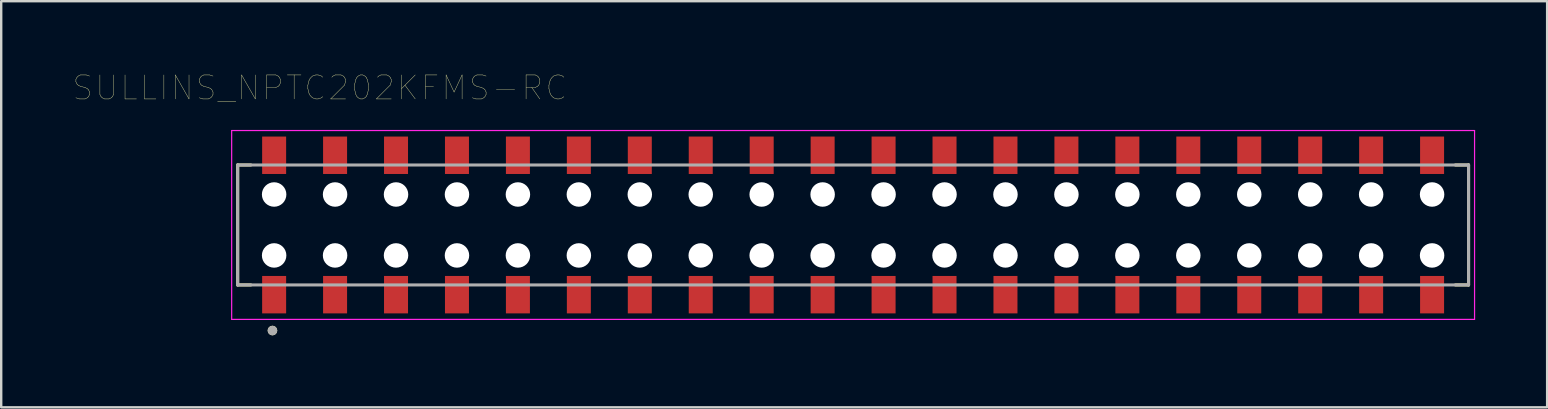
<source format=kicad_pcb>
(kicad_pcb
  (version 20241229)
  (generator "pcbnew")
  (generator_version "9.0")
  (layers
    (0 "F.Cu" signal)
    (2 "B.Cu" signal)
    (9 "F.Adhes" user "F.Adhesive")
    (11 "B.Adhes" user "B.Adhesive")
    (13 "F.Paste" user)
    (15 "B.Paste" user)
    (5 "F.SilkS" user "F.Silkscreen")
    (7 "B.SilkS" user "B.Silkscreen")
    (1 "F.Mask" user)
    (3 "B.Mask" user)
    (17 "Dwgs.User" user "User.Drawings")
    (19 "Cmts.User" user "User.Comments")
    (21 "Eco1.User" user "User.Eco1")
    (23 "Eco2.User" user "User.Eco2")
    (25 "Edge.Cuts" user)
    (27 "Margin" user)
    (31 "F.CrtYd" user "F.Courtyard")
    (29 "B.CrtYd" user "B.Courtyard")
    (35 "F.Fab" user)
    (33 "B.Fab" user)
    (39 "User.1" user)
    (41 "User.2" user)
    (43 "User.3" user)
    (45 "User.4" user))
  (footprint "SULLINS_NPTC202KFMS-RC"
    (layer "F.Cu")
    (at 32.505 6.326)
    (property "Reference" "SULLINS_NPTC202KFMS-RC" (at -22.225 -5.715 0) (layer "F.SilkS") (effects (font (size 1 1) (thickness 0.015))))
    (attr through_hole)
    (fp_line (start -25.65 -2.5) (end -25.65 2.5) (stroke (width 0.127) (type solid)) (layer "F.SilkS"))
    (fp_line (start -25.65 2.5) (end -25.1 2.5) (stroke (width 0.127) (type solid)) (layer "F.SilkS"))
    (fp_line (start -25.1 -2.5) (end -25.65 -2.5) (stroke (width 0.127) (type solid)) (layer "F.SilkS"))
    (fp_line (start 25.1 2.5) (end 25.65 2.5) (stroke (width 0.127) (type solid)) (layer "F.SilkS"))
    (fp_line (start 25.65 -2.5) (end 25.1 -2.5) (stroke (width 0.127) (type solid)) (layer "F.SilkS"))
    (fp_line (start 25.65 2.5) (end 25.65 -2.5) (stroke (width 0.127) (type solid)) (layer "F.SilkS"))
    (fp_circle (center -24.2 4.4) (end -24.1 4.4) (stroke (width 0.2) (type solid)) (fill no) (layer "F.SilkS"))
    (fp_line (start -25.9 -3.935) (end 25.9 -3.935) (stroke (width 0.05) (type solid)) (layer "F.CrtYd"))
    (fp_line (start -25.9 3.935) (end -25.9 -3.935) (stroke (width 0.05) (type solid)) (layer "F.CrtYd"))
    (fp_line (start 25.9 -3.935) (end 25.9 3.935) (stroke (width 0.05) (type solid)) (layer "F.CrtYd"))
    (fp_line (start 25.9 3.935) (end -25.9 3.935) (stroke (width 0.05) (type solid)) (layer "F.CrtYd"))
    (fp_line (start -25.65 -2.5) (end 25.65 -2.5) (stroke (width 0.127) (type solid)) (layer "F.Fab"))
    (fp_line (start -25.65 2.5) (end -25.65 -2.5) (stroke (width 0.127) (type solid)) (layer "F.Fab"))
    (fp_line (start 25.65 -2.5) (end 25.65 2.5) (stroke (width 0.127) (type solid)) (layer "F.Fab"))
    (fp_line (start 25.65 2.5) (end -25.65 2.5) (stroke (width 0.127) (type solid)) (layer "F.Fab"))
    (fp_circle (center -24.2 4.4) (end -24.1 4.4) (stroke (width 0.2) (type solid)) (fill no) (layer "F.Fab"))
    (pad "" np_thru_hole circle (at -24.13 -1.27) (size 1.02 1.02) (drill 1.02) (layers "*.Cu" "*.Mask"))
    (pad "" np_thru_hole circle (at -24.13 1.27) (size 1.02 1.02) (drill 1.02) (layers "*.Cu" "*.Mask"))
    (pad "" np_thru_hole circle (at -21.59 -1.27) (size 1.02 1.02) (drill 1.02) (layers "*.Cu" "*.Mask"))
    (pad "" np_thru_hole circle (at -21.59 1.27) (size 1.02 1.02) (drill 1.02) (layers "*.Cu" "*.Mask"))
    (pad "" np_thru_hole circle (at -19.05 -1.27) (size 1.02 1.02) (drill 1.02) (layers "*.Cu" "*.Mask"))
    (pad "" np_thru_hole circle (at -19.05 1.27) (size 1.02 1.02) (drill 1.02) (layers "*.Cu" "*.Mask"))
    (pad "" np_thru_hole circle (at -16.51 -1.27) (size 1.02 1.02) (drill 1.02) (layers "*.Cu" "*.Mask"))
    (pad "" np_thru_hole circle (at -16.51 1.27) (size 1.02 1.02) (drill 1.02) (layers "*.Cu" "*.Mask"))
    (pad "" np_thru_hole circle (at -13.97 -1.27) (size 1.02 1.02) (drill 1.02) (layers "*.Cu" "*.Mask"))
    (pad "" np_thru_hole circle (at -13.97 1.27) (size 1.02 1.02) (drill 1.02) (layers "*.Cu" "*.Mask"))
    (pad "" np_thru_hole circle (at -11.43 -1.27) (size 1.02 1.02) (drill 1.02) (layers "*.Cu" "*.Mask"))
    (pad "" np_thru_hole circle (at -11.43 1.27) (size 1.02 1.02) (drill 1.02) (layers "*.Cu" "*.Mask"))
    (pad "" np_thru_hole circle (at -8.89 -1.27) (size 1.02 1.02) (drill 1.02) (layers "*.Cu" "*.Mask"))
    (pad "" np_thru_hole circle (at -8.89 1.27) (size 1.02 1.02) (drill 1.02) (layers "*.Cu" "*.Mask"))
    (pad "" np_thru_hole circle (at -6.35 -1.27) (size 1.02 1.02) (drill 1.02) (layers "*.Cu" "*.Mask"))
    (pad "" np_thru_hole circle (at -6.35 1.27) (size 1.02 1.02) (drill 1.02) (layers "*.Cu" "*.Mask"))
    (pad "" np_thru_hole circle (at -3.81 -1.27) (size 1.02 1.02) (drill 1.02) (layers "*.Cu" "*.Mask"))
    (pad "" np_thru_hole circle (at -3.81 1.27) (size 1.02 1.02) (drill 1.02) (layers "*.Cu" "*.Mask"))
    (pad "" np_thru_hole circle (at -1.27 -1.27) (size 1.02 1.02) (drill 1.02) (layers "*.Cu" "*.Mask"))
    (pad "" np_thru_hole circle (at -1.27 1.27) (size 1.02 1.02) (drill 1.02) (layers "*.Cu" "*.Mask"))
    (pad "" np_thru_hole circle (at 1.27 -1.27) (size 1.02 1.02) (drill 1.02) (layers "*.Cu" "*.Mask"))
    (pad "" np_thru_hole circle (at 1.27 1.27) (size 1.02 1.02) (drill 1.02) (layers "*.Cu" "*.Mask"))
    (pad "" np_thru_hole circle (at 3.81 -1.27) (size 1.02 1.02) (drill 1.02) (layers "*.Cu" "*.Mask"))
    (pad "" np_thru_hole circle (at 3.81 1.27) (size 1.02 1.02) (drill 1.02) (layers "*.Cu" "*.Mask"))
    (pad "" np_thru_hole circle (at 6.35 -1.27) (size 1.02 1.02) (drill 1.02) (layers "*.Cu" "*.Mask"))
    (pad "" np_thru_hole circle (at 6.35 1.27) (size 1.02 1.02) (drill 1.02) (layers "*.Cu" "*.Mask"))
    (pad "" np_thru_hole circle (at 8.89 -1.27) (size 1.02 1.02) (drill 1.02) (layers "*.Cu" "*.Mask"))
    (pad "" np_thru_hole circle (at 8.89 1.27) (size 1.02 1.02) (drill 1.02) (layers "*.Cu" "*.Mask"))
    (pad "" np_thru_hole circle (at 11.43 -1.27) (size 1.02 1.02) (drill 1.02) (layers "*.Cu" "*.Mask"))
    (pad "" np_thru_hole circle (at 11.43 1.27) (size 1.02 1.02) (drill 1.02) (layers "*.Cu" "*.Mask"))
    (pad "" np_thru_hole circle (at 13.97 -1.27) (size 1.02 1.02) (drill 1.02) (layers "*.Cu" "*.Mask"))
    (pad "" np_thru_hole circle (at 13.97 1.27) (size 1.02 1.02) (drill 1.02) (layers "*.Cu" "*.Mask"))
    (pad "" np_thru_hole circle (at 16.51 -1.27) (size 1.02 1.02) (drill 1.02) (layers "*.Cu" "*.Mask"))
    (pad "" np_thru_hole circle (at 16.51 1.27) (size 1.02 1.02) (drill 1.02) (layers "*.Cu" "*.Mask"))
    (pad "" np_thru_hole circle (at 19.05 -1.27) (size 1.02 1.02) (drill 1.02) (layers "*.Cu" "*.Mask"))
    (pad "" np_thru_hole circle (at 19.05 1.27) (size 1.02 1.02) (drill 1.02) (layers "*.Cu" "*.Mask"))
    (pad "" np_thru_hole circle (at 21.59 -1.27) (size 1.02 1.02) (drill 1.02) (layers "*.Cu" "*.Mask"))
    (pad "" np_thru_hole circle (at 21.59 1.27) (size 1.02 1.02) (drill 1.02) (layers "*.Cu" "*.Mask"))
    (pad "" np_thru_hole circle (at 24.13 -1.27) (size 1.02 1.02) (drill 1.02) (layers "*.Cu" "*.Mask"))
    (pad "" np_thru_hole circle (at 24.13 1.27) (size 1.02 1.02) (drill 1.02) (layers "*.Cu" "*.Mask"))
    (pad "1" smd rect (at -24.13 2.905) (size 1 1.56) (layers "F.Cu" "F.Mask" "F.Paste"))
    (pad "2" smd rect (at -24.13 -2.905) (size 1 1.56) (layers "F.Cu" "F.Mask" "F.Paste"))
    (pad "3" smd rect (at -21.59 2.905) (size 1 1.56) (layers "F.Cu" "F.Mask" "F.Paste"))
    (pad "4" smd rect (at -21.59 -2.905) (size 1 1.56) (layers "F.Cu" "F.Mask" "F.Paste"))
    (pad "5" smd rect (at -19.05 2.905) (size 1 1.56) (layers "F.Cu" "F.Mask" "F.Paste"))
    (pad "6" smd rect (at -19.05 -2.905) (size 1 1.56) (layers "F.Cu" "F.Mask" "F.Paste"))
    (pad "7" smd rect (at -16.51 2.905) (size 1 1.56) (layers "F.Cu" "F.Mask" "F.Paste"))
    (pad "8" smd rect (at -16.51 -2.905) (size 1 1.56) (layers "F.Cu" "F.Mask" "F.Paste"))
    (pad "9" smd rect (at -13.97 2.905) (size 1 1.56) (layers "F.Cu" "F.Mask" "F.Paste"))
    (pad "10" smd rect (at -13.97 -2.905) (size 1 1.56) (layers "F.Cu" "F.Mask" "F.Paste"))
    (pad "11" smd rect (at -11.43 2.905) (size 1 1.56) (layers "F.Cu" "F.Mask" "F.Paste"))
    (pad "12" smd rect (at -11.43 -2.905) (size 1 1.56) (layers "F.Cu" "F.Mask" "F.Paste"))
    (pad "13" smd rect (at -8.89 2.905) (size 1 1.56) (layers "F.Cu" "F.Mask" "F.Paste"))
    (pad "14" smd rect (at -8.89 -2.905) (size 1 1.56) (layers "F.Cu" "F.Mask" "F.Paste"))
    (pad "15" smd rect (at -6.35 2.905) (size 1 1.56) (layers "F.Cu" "F.Mask" "F.Paste"))
    (pad "16" smd rect (at -6.35 -2.905) (size 1 1.56) (layers "F.Cu" "F.Mask" "F.Paste"))
    (pad "17" smd rect (at -3.81 2.905) (size 1 1.56) (layers "F.Cu" "F.Mask" "F.Paste"))
    (pad "18" smd rect (at -3.81 -2.905) (size 1 1.56) (layers "F.Cu" "F.Mask" "F.Paste"))
    (pad "19" smd rect (at -1.27 2.905) (size 1 1.56) (layers "F.Cu" "F.Mask" "F.Paste"))
    (pad "20" smd rect (at -1.27 -2.905) (size 1 1.56) (layers "F.Cu" "F.Mask" "F.Paste"))
    (pad "21" smd rect (at 1.27 2.905) (size 1 1.56) (layers "F.Cu" "F.Mask" "F.Paste"))
    (pad "22" smd rect (at 1.27 -2.905) (size 1 1.56) (layers "F.Cu" "F.Mask" "F.Paste"))
    (pad "23" smd rect (at 3.81 2.905) (size 1 1.56) (layers "F.Cu" "F.Mask" "F.Paste"))
    (pad "24" smd rect (at 3.81 -2.905) (size 1 1.56) (layers "F.Cu" "F.Mask" "F.Paste"))
    (pad "25" smd rect (at 6.35 2.905) (size 1 1.56) (layers "F.Cu" "F.Mask" "F.Paste"))
    (pad "26" smd rect (at 6.35 -2.905) (size 1 1.56) (layers "F.Cu" "F.Mask" "F.Paste"))
    (pad "27" smd rect (at 8.89 2.905) (size 1 1.56) (layers "F.Cu" "F.Mask" "F.Paste"))
    (pad "28" smd rect (at 8.89 -2.905) (size 1 1.56) (layers "F.Cu" "F.Mask" "F.Paste"))
    (pad "29" smd rect (at 11.43 2.905) (size 1 1.56) (layers "F.Cu" "F.Mask" "F.Paste"))
    (pad "30" smd rect (at 11.43 -2.905) (size 1 1.56) (layers "F.Cu" "F.Mask" "F.Paste"))
    (pad "31" smd rect (at 13.97 2.905) (size 1 1.56) (layers "F.Cu" "F.Mask" "F.Paste"))
    (pad "32" smd rect (at 13.97 -2.905) (size 1 1.56) (layers "F.Cu" "F.Mask" "F.Paste"))
    (pad "33" smd rect (at 16.51 2.905) (size 1 1.56) (layers "F.Cu" "F.Mask" "F.Paste"))
    (pad "34" smd rect (at 16.51 -2.905) (size 1 1.56) (layers "F.Cu" "F.Mask" "F.Paste"))
    (pad "35" smd rect (at 19.05 2.905) (size 1 1.56) (layers "F.Cu" "F.Mask" "F.Paste"))
    (pad "36" smd rect (at 19.05 -2.905) (size 1 1.56) (layers "F.Cu" "F.Mask" "F.Paste"))
    (pad "37" smd rect (at 21.59 2.905) (size 1 1.56) (layers "F.Cu" "F.Mask" "F.Paste"))
    (pad "38" smd rect (at 21.59 -2.905) (size 1 1.56) (layers "F.Cu" "F.Mask" "F.Paste"))
    (pad "39" smd rect (at 24.13 2.905) (size 1 1.56) (layers "F.Cu" "F.Mask" "F.Paste"))
    (pad "40" smd rect (at 24.13 -2.905) (size 1 1.56) (layers "F.Cu" "F.Mask" "F.Paste")))
  (gr_rect
    (start -3 -3)
    (end 61.43 13.926)
    (stroke (width 0.1) (type default))
    (fill no)
    (layer "Edge.Cuts")))
</source>
